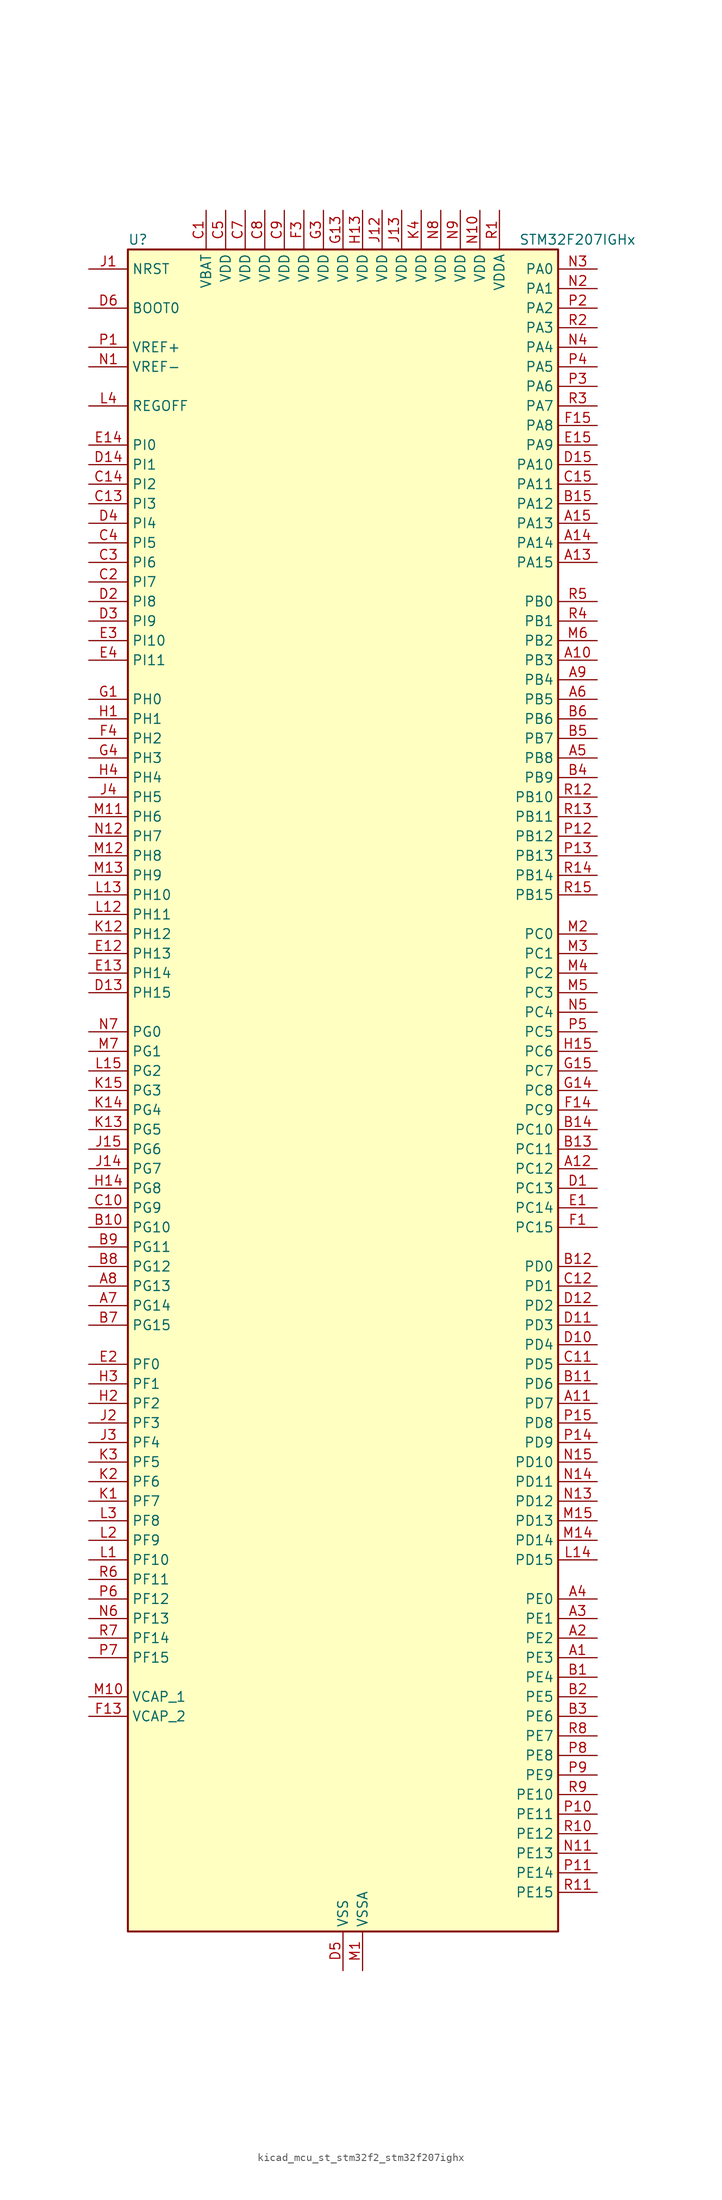
<source format=kicad_sym>
(kicad_symbol_lib
  (version 20220914)
  (generator kicad_symbol_editor)
  (symbol "kicad_mcu_st_stm32f2_stm32f207ighx"
    (property "Reference" "U"
      (at -27.94 110.49 0)
      (effects (font (size 1.27 1.27)) (justify left)))
    (property "Value" "STM32F207IGHx"
      (at 22.86 110.49 0)
      (effects (font (size 1.27 1.27)) (justify left)))
    (property "ki_locked" ""
      (at 0 0 0)
      (effects (font (size 1.27 1.27))))
    (symbol "kicad_mcu_st_stm32f2_stm32f207ighx_0_1"
      (rectangle (start -27.94 -109.22) (end 27.94 109.22) (stroke (width 0.254) (type default)) (fill (type background))))
    (symbol "kicad_mcu_st_stm32f2_stm32f207ighx_1_1"
      (pin bidirectional line (at 33.02 -73.66 180) (length 5.08) (name "PE3" (effects (font (size 1.27 1.27)))) (number "A1" (effects (font (size 1.27 1.27)))) (alternate "FSMC_A19" bidirectional line) (alternate "SYS_TRACED0" bidirectional line))
      (pin bidirectional line (at 33.02 55.88 180) (length 5.08) (name "PB3" (effects (font (size 1.27 1.27)))) (number "A10" (effects (font (size 1.27 1.27)))) (alternate "I2S3_SCK" bidirectional line) (alternate "SPI1_SCK" bidirectional line) (alternate "SPI3_SCK" bidirectional line) (alternate "SYS_JTDO-SWO" bidirectional line) (alternate "TIM2_CH2" bidirectional line))
      (pin bidirectional line (at 33.02 -40.64 180) (length 5.08) (name "PD7" (effects (font (size 1.27 1.27)))) (number "A11" (effects (font (size 1.27 1.27)))) (alternate "FSMC_NCE2" bidirectional line) (alternate "FSMC_NE1" bidirectional line) (alternate "USART2_CK" bidirectional line))
      (pin bidirectional line (at 33.02 -10.16 180) (length 5.08) (name "PC12" (effects (font (size 1.27 1.27)))) (number "A12" (effects (font (size 1.27 1.27)))) (alternate "DCMI_D9" bidirectional line) (alternate "I2S3_SD" bidirectional line) (alternate "SDIO_CK" bidirectional line) (alternate "SPI3_MOSI" bidirectional line) (alternate "UART5_TX" bidirectional line) (alternate "USART3_CK" bidirectional line))
      (pin bidirectional line (at 33.02 68.58 180) (length 5.08) (name "PA15" (effects (font (size 1.27 1.27)))) (number "A13" (effects (font (size 1.27 1.27)))) (alternate "ADC1_EXTI15" bidirectional line) (alternate "ADC2_EXTI15" bidirectional line) (alternate "ADC3_EXTI15" bidirectional line) (alternate "I2S3_WS" bidirectional line) (alternate "SPI1_NSS" bidirectional line) (alternate "SPI3_NSS" bidirectional line) (alternate "SYS_JTDI" bidirectional line) (alternate "TIM2_CH1" bidirectional line) (alternate "TIM2_ETR" bidirectional line))
      (pin bidirectional line (at 33.02 71.12 180) (length 5.08) (name "PA14" (effects (font (size 1.27 1.27)))) (number "A14" (effects (font (size 1.27 1.27)))) (alternate "SYS_JTCK-SWCLK" bidirectional line))
      (pin bidirectional line (at 33.02 73.66 180) (length 5.08) (name "PA13" (effects (font (size 1.27 1.27)))) (number "A15" (effects (font (size 1.27 1.27)))) (alternate "SYS_JTMS-SWDIO" bidirectional line))
      (pin bidirectional line (at 33.02 -71.12 180) (length 5.08) (name "PE2" (effects (font (size 1.27 1.27)))) (number "A2" (effects (font (size 1.27 1.27)))) (alternate "ETH_TXD3" bidirectional line) (alternate "FSMC_A23" bidirectional line) (alternate "SYS_TRACECLK" bidirectional line))
      (pin bidirectional line (at 33.02 -68.58 180) (length 5.08) (name "PE1" (effects (font (size 1.27 1.27)))) (number "A3" (effects (font (size 1.27 1.27)))) (alternate "DCMI_D3" bidirectional line) (alternate "FSMC_NBL1" bidirectional line))
      (pin bidirectional line (at 33.02 -66.04 180) (length 5.08) (name "PE0" (effects (font (size 1.27 1.27)))) (number "A4" (effects (font (size 1.27 1.27)))) (alternate "DCMI_D2" bidirectional line) (alternate "FSMC_NBL0" bidirectional line) (alternate "TIM4_ETR" bidirectional line))
      (pin bidirectional line (at 33.02 43.18 180) (length 5.08) (name "PB8" (effects (font (size 1.27 1.27)))) (number "A5" (effects (font (size 1.27 1.27)))) (alternate "CAN1_RX" bidirectional line) (alternate "DCMI_D6" bidirectional line) (alternate "ETH_TXD3" bidirectional line) (alternate "I2C1_SCL" bidirectional line) (alternate "SDIO_D4" bidirectional line) (alternate "TIM10_CH1" bidirectional line) (alternate "TIM4_CH3" bidirectional line))
      (pin bidirectional line (at 33.02 50.8 180) (length 5.08) (name "PB5" (effects (font (size 1.27 1.27)))) (number "A6" (effects (font (size 1.27 1.27)))) (alternate "CAN2_RX" bidirectional line) (alternate "DCMI_D10" bidirectional line) (alternate "ETH_PPS_OUT" bidirectional line) (alternate "I2C1_SMBA" bidirectional line) (alternate "I2S3_SD" bidirectional line) (alternate "SPI1_MOSI" bidirectional line) (alternate "SPI3_MOSI" bidirectional line) (alternate "TIM3_CH2" bidirectional line) (alternate "USB_OTG_HS_ULPI_D7" bidirectional line))
      (pin bidirectional line (at -33.02 -27.94 0) (length 5.08) (name "PG14" (effects (font (size 1.27 1.27)))) (number "A7" (effects (font (size 1.27 1.27)))) (alternate "ETH_TXD1" bidirectional line) (alternate "FSMC_A25" bidirectional line) (alternate "USART6_TX" bidirectional line))
      (pin bidirectional line (at -33.02 -25.4 0) (length 5.08) (name "PG13" (effects (font (size 1.27 1.27)))) (number "A8" (effects (font (size 1.27 1.27)))) (alternate "ETH_TXD0" bidirectional line) (alternate "FSMC_A24" bidirectional line) (alternate "USART6_CTS" bidirectional line))
      (pin bidirectional line (at 33.02 53.34 180) (length 5.08) (name "PB4" (effects (font (size 1.27 1.27)))) (number "A9" (effects (font (size 1.27 1.27)))) (alternate "SPI1_MISO" bidirectional line) (alternate "SPI3_MISO" bidirectional line) (alternate "SYS_JTRST" bidirectional line) (alternate "TIM3_CH1" bidirectional line))
      (pin bidirectional line (at 33.02 -76.2 180) (length 5.08) (name "PE4" (effects (font (size 1.27 1.27)))) (number "B1" (effects (font (size 1.27 1.27)))) (alternate "DCMI_D4" bidirectional line) (alternate "FSMC_A20" bidirectional line) (alternate "SYS_TRACED1" bidirectional line))
      (pin bidirectional line (at -33.02 -17.78 0) (length 5.08) (name "PG10" (effects (font (size 1.27 1.27)))) (number "B10" (effects (font (size 1.27 1.27)))) (alternate "FSMC_NCE4_1" bidirectional line) (alternate "FSMC_NE3" bidirectional line))
      (pin bidirectional line (at 33.02 -38.1 180) (length 5.08) (name "PD6" (effects (font (size 1.27 1.27)))) (number "B11" (effects (font (size 1.27 1.27)))) (alternate "FSMC_NWAIT" bidirectional line) (alternate "USART2_RX" bidirectional line))
      (pin bidirectional line (at 33.02 -22.86 180) (length 5.08) (name "PD0" (effects (font (size 1.27 1.27)))) (number "B12" (effects (font (size 1.27 1.27)))) (alternate "CAN1_RX" bidirectional line) (alternate "FSMC_D2" bidirectional line) (alternate "FSMC_DA2" bidirectional line))
      (pin bidirectional line (at 33.02 -7.62 180) (length 5.08) (name "PC11" (effects (font (size 1.27 1.27)))) (number "B13" (effects (font (size 1.27 1.27)))) (alternate "ADC1_EXTI11" bidirectional line) (alternate "ADC2_EXTI11" bidirectional line) (alternate "ADC3_EXTI11" bidirectional line) (alternate "DCMI_D4" bidirectional line) (alternate "SDIO_D3" bidirectional line) (alternate "SPI3_MISO" bidirectional line) (alternate "UART4_RX" bidirectional line) (alternate "USART3_RX" bidirectional line))
      (pin bidirectional line (at 33.02 -5.08 180) (length 5.08) (name "PC10" (effects (font (size 1.27 1.27)))) (number "B14" (effects (font (size 1.27 1.27)))) (alternate "DCMI_D8" bidirectional line) (alternate "I2S3_SCK" bidirectional line) (alternate "SDIO_D2" bidirectional line) (alternate "SPI3_SCK" bidirectional line) (alternate "UART4_TX" bidirectional line) (alternate "USART3_TX" bidirectional line))
      (pin bidirectional line (at 33.02 76.2 180) (length 5.08) (name "PA12" (effects (font (size 1.27 1.27)))) (number "B15" (effects (font (size 1.27 1.27)))) (alternate "CAN1_TX" bidirectional line) (alternate "TIM1_ETR" bidirectional line) (alternate "USART1_RTS" bidirectional line) (alternate "USB_OTG_FS_DP" bidirectional line))
      (pin bidirectional line (at 33.02 -78.74 180) (length 5.08) (name "PE5" (effects (font (size 1.27 1.27)))) (number "B2" (effects (font (size 1.27 1.27)))) (alternate "DCMI_D6" bidirectional line) (alternate "FSMC_A21" bidirectional line) (alternate "SYS_TRACED2" bidirectional line) (alternate "TIM9_CH1" bidirectional line))
      (pin bidirectional line (at 33.02 -81.28 180) (length 5.08) (name "PE6" (effects (font (size 1.27 1.27)))) (number "B3" (effects (font (size 1.27 1.27)))) (alternate "DCMI_D7" bidirectional line) (alternate "FSMC_A22" bidirectional line) (alternate "SYS_TRACED3" bidirectional line) (alternate "TIM9_CH2" bidirectional line))
      (pin bidirectional line (at 33.02 40.64 180) (length 5.08) (name "PB9" (effects (font (size 1.27 1.27)))) (number "B4" (effects (font (size 1.27 1.27)))) (alternate "CAN1_TX" bidirectional line) (alternate "DAC_EXTI9" bidirectional line) (alternate "DCMI_D7" bidirectional line) (alternate "I2C1_SDA" bidirectional line) (alternate "I2S2_WS" bidirectional line) (alternate "SDIO_D5" bidirectional line) (alternate "SPI2_NSS" bidirectional line) (alternate "TIM11_CH1" bidirectional line) (alternate "TIM4_CH4" bidirectional line))
      (pin bidirectional line (at 33.02 45.72 180) (length 5.08) (name "PB7" (effects (font (size 1.27 1.27)))) (number "B5" (effects (font (size 1.27 1.27)))) (alternate "DCMI_VSYNC" bidirectional line) (alternate "FSMC_NL" bidirectional line) (alternate "I2C1_SDA" bidirectional line) (alternate "TIM4_CH2" bidirectional line) (alternate "USART1_RX" bidirectional line))
      (pin bidirectional line (at 33.02 48.26 180) (length 5.08) (name "PB6" (effects (font (size 1.27 1.27)))) (number "B6" (effects (font (size 1.27 1.27)))) (alternate "CAN2_TX" bidirectional line) (alternate "DCMI_D5" bidirectional line) (alternate "I2C1_SCL" bidirectional line) (alternate "TIM4_CH1" bidirectional line) (alternate "USART1_TX" bidirectional line))
      (pin bidirectional line (at -33.02 -30.48 0) (length 5.08) (name "PG15" (effects (font (size 1.27 1.27)))) (number "B7" (effects (font (size 1.27 1.27)))) (alternate "ADC1_EXTI15" bidirectional line) (alternate "ADC2_EXTI15" bidirectional line) (alternate "ADC3_EXTI15" bidirectional line) (alternate "DCMI_D13" bidirectional line) (alternate "USART6_CTS" bidirectional line))
      (pin bidirectional line (at -33.02 -22.86 0) (length 5.08) (name "PG12" (effects (font (size 1.27 1.27)))) (number "B8" (effects (font (size 1.27 1.27)))) (alternate "FSMC_NE4" bidirectional line) (alternate "USART6_RTS" bidirectional line))
      (pin bidirectional line (at -33.02 -20.32 0) (length 5.08) (name "PG11" (effects (font (size 1.27 1.27)))) (number "B9" (effects (font (size 1.27 1.27)))) (alternate "ADC1_EXTI11" bidirectional line) (alternate "ADC2_EXTI11" bidirectional line) (alternate "ADC3_EXTI11" bidirectional line) (alternate "ETH_TX_EN" bidirectional line) (alternate "FSMC_NCE4_2" bidirectional line))
      (pin power_in line (at -17.78 114.3 270) (length 5.08) (name "VBAT" (effects (font (size 1.27 1.27)))) (number "C1" (effects (font (size 1.27 1.27)))))
      (pin bidirectional line (at -33.02 -15.24 0) (length 5.08) (name "PG9" (effects (font (size 1.27 1.27)))) (number "C10" (effects (font (size 1.27 1.27)))) (alternate "DAC_EXTI9" bidirectional line) (alternate "FSMC_NCE3" bidirectional line) (alternate "FSMC_NE2" bidirectional line) (alternate "USART6_RX" bidirectional line))
      (pin bidirectional line (at 33.02 -35.56 180) (length 5.08) (name "PD5" (effects (font (size 1.27 1.27)))) (number "C11" (effects (font (size 1.27 1.27)))) (alternate "FSMC_NWE" bidirectional line) (alternate "USART2_TX" bidirectional line))
      (pin bidirectional line (at 33.02 -25.4 180) (length 5.08) (name "PD1" (effects (font (size 1.27 1.27)))) (number "C12" (effects (font (size 1.27 1.27)))) (alternate "CAN1_TX" bidirectional line) (alternate "FSMC_D3" bidirectional line) (alternate "FSMC_DA3" bidirectional line))
      (pin bidirectional line (at -33.02 76.2 0) (length 5.08) (name "PI3" (effects (font (size 1.27 1.27)))) (number "C13" (effects (font (size 1.27 1.27)))) (alternate "DCMI_D10" bidirectional line) (alternate "I2S2_SD" bidirectional line) (alternate "SPI2_MOSI" bidirectional line) (alternate "TIM8_ETR" bidirectional line))
      (pin bidirectional line (at -33.02 78.74 0) (length 5.08) (name "PI2" (effects (font (size 1.27 1.27)))) (number "C14" (effects (font (size 1.27 1.27)))) (alternate "DCMI_D9" bidirectional line) (alternate "SPI2_MISO" bidirectional line) (alternate "TIM8_CH4" bidirectional line))
      (pin bidirectional line (at 33.02 78.74 180) (length 5.08) (name "PA11" (effects (font (size 1.27 1.27)))) (number "C15" (effects (font (size 1.27 1.27)))) (alternate "ADC1_EXTI11" bidirectional line) (alternate "ADC2_EXTI11" bidirectional line) (alternate "ADC3_EXTI11" bidirectional line) (alternate "CAN1_RX" bidirectional line) (alternate "TIM1_CH4" bidirectional line) (alternate "USART1_CTS" bidirectional line) (alternate "USB_OTG_FS_DM" bidirectional line))
      (pin bidirectional line (at -33.02 66.04 0) (length 5.08) (name "PI7" (effects (font (size 1.27 1.27)))) (number "C2" (effects (font (size 1.27 1.27)))) (alternate "DCMI_D7" bidirectional line) (alternate "TIM8_CH3" bidirectional line))
      (pin bidirectional line (at -33.02 68.58 0) (length 5.08) (name "PI6" (effects (font (size 1.27 1.27)))) (number "C3" (effects (font (size 1.27 1.27)))) (alternate "DCMI_D6" bidirectional line) (alternate "TIM8_CH2" bidirectional line))
      (pin bidirectional line (at -33.02 71.12 0) (length 5.08) (name "PI5" (effects (font (size 1.27 1.27)))) (number "C4" (effects (font (size 1.27 1.27)))) (alternate "DCMI_VSYNC" bidirectional line) (alternate "TIM8_CH1" bidirectional line))
      (pin power_in line (at -15.24 114.3 270) (length 5.08) (name "VDD" (effects (font (size 1.27 1.27)))) (number "C5" (effects (font (size 1.27 1.27)))))
      (pin no_connect line (at -27.94 -109.22 0) (length 5.08) hide (name "RFU" (effects (font (size 1.27 1.27)))) (number "C6" (effects (font (size 1.27 1.27)))))
      (pin power_in line (at -12.7 114.3 270) (length 5.08) (name "VDD" (effects (font (size 1.27 1.27)))) (number "C7" (effects (font (size 1.27 1.27)))))
      (pin power_in line (at -10.16 114.3 270) (length 5.08) (name "VDD" (effects (font (size 1.27 1.27)))) (number "C8" (effects (font (size 1.27 1.27)))))
      (pin power_in line (at -7.62 114.3 270) (length 5.08) (name "VDD" (effects (font (size 1.27 1.27)))) (number "C9" (effects (font (size 1.27 1.27)))))
      (pin bidirectional line (at 33.02 -12.7 180) (length 5.08) (name "PC13" (effects (font (size 1.27 1.27)))) (number "D1" (effects (font (size 1.27 1.27)))) (alternate "RTC_AF1" bidirectional line))
      (pin bidirectional line (at 33.02 -33.02 180) (length 5.08) (name "PD4" (effects (font (size 1.27 1.27)))) (number "D10" (effects (font (size 1.27 1.27)))) (alternate "FSMC_NOE" bidirectional line) (alternate "USART2_RTS" bidirectional line))
      (pin bidirectional line (at 33.02 -30.48 180) (length 5.08) (name "PD3" (effects (font (size 1.27 1.27)))) (number "D11" (effects (font (size 1.27 1.27)))) (alternate "FSMC_CLK" bidirectional line) (alternate "USART2_CTS" bidirectional line))
      (pin bidirectional line (at 33.02 -27.94 180) (length 5.08) (name "PD2" (effects (font (size 1.27 1.27)))) (number "D12" (effects (font (size 1.27 1.27)))) (alternate "DCMI_D11" bidirectional line) (alternate "SDIO_CMD" bidirectional line) (alternate "TIM3_ETR" bidirectional line) (alternate "UART5_RX" bidirectional line))
      (pin bidirectional line (at -33.02 12.7 0) (length 5.08) (name "PH15" (effects (font (size 1.27 1.27)))) (number "D13" (effects (font (size 1.27 1.27)))) (alternate "ADC1_EXTI15" bidirectional line) (alternate "ADC2_EXTI15" bidirectional line) (alternate "ADC3_EXTI15" bidirectional line) (alternate "DCMI_D11" bidirectional line) (alternate "TIM8_CH3N" bidirectional line))
      (pin bidirectional line (at -33.02 81.28 0) (length 5.08) (name "PI1" (effects (font (size 1.27 1.27)))) (number "D14" (effects (font (size 1.27 1.27)))) (alternate "DCMI_D8" bidirectional line) (alternate "I2S2_SCK" bidirectional line) (alternate "SPI2_SCK" bidirectional line))
      (pin bidirectional line (at 33.02 81.28 180) (length 5.08) (name "PA10" (effects (font (size 1.27 1.27)))) (number "D15" (effects (font (size 1.27 1.27)))) (alternate "DCMI_D1" bidirectional line) (alternate "TIM1_CH3" bidirectional line) (alternate "USART1_RX" bidirectional line) (alternate "USB_OTG_FS_ID" bidirectional line))
      (pin bidirectional line (at -33.02 63.5 0) (length 5.08) (name "PI8" (effects (font (size 1.27 1.27)))) (number "D2" (effects (font (size 1.27 1.27)))) (alternate "RTC_AF2" bidirectional line))
      (pin bidirectional line (at -33.02 60.96 0) (length 5.08) (name "PI9" (effects (font (size 1.27 1.27)))) (number "D3" (effects (font (size 1.27 1.27)))) (alternate "CAN1_RX" bidirectional line) (alternate "DAC_EXTI9" bidirectional line))
      (pin bidirectional line (at -33.02 73.66 0) (length 5.08) (name "PI4" (effects (font (size 1.27 1.27)))) (number "D4" (effects (font (size 1.27 1.27)))) (alternate "DCMI_D5" bidirectional line) (alternate "TIM8_BKIN" bidirectional line))
      (pin power_in line (at 0 -114.3 90) (length 5.08) (name "VSS" (effects (font (size 1.27 1.27)))) (number "D5" (effects (font (size 1.27 1.27)))))
      (pin input line (at -33.02 101.6 0) (length 5.08) (name "BOOT0" (effects (font (size 1.27 1.27)))) (number "D6" (effects (font (size 1.27 1.27)))))
      (pin passive line (at 0 -114.3 90) (length 5.08) hide (name "VSS" (effects (font (size 1.27 1.27)))) (number "D7" (effects (font (size 1.27 1.27)))))
      (pin passive line (at 0 -114.3 90) (length 5.08) hide (name "VSS" (effects (font (size 1.27 1.27)))) (number "D8" (effects (font (size 1.27 1.27)))))
      (pin passive line (at 0 -114.3 90) (length 5.08) hide (name "VSS" (effects (font (size 1.27 1.27)))) (number "D9" (effects (font (size 1.27 1.27)))))
      (pin bidirectional line (at 33.02 -15.24 180) (length 5.08) (name "PC14" (effects (font (size 1.27 1.27)))) (number "E1" (effects (font (size 1.27 1.27)))) (alternate "RCC_OSC32_IN" bidirectional line))
      (pin bidirectional line (at -33.02 17.78 0) (length 5.08) (name "PH13" (effects (font (size 1.27 1.27)))) (number "E12" (effects (font (size 1.27 1.27)))) (alternate "CAN1_TX" bidirectional line) (alternate "TIM8_CH1N" bidirectional line))
      (pin bidirectional line (at -33.02 15.24 0) (length 5.08) (name "PH14" (effects (font (size 1.27 1.27)))) (number "E13" (effects (font (size 1.27 1.27)))) (alternate "DCMI_D4" bidirectional line) (alternate "TIM8_CH2N" bidirectional line))
      (pin bidirectional line (at -33.02 83.82 0) (length 5.08) (name "PI0" (effects (font (size 1.27 1.27)))) (number "E14" (effects (font (size 1.27 1.27)))) (alternate "DCMI_D13" bidirectional line) (alternate "I2S2_WS" bidirectional line) (alternate "SPI2_NSS" bidirectional line) (alternate "TIM5_CH4" bidirectional line))
      (pin bidirectional line (at 33.02 83.82 180) (length 5.08) (name "PA9" (effects (font (size 1.27 1.27)))) (number "E15" (effects (font (size 1.27 1.27)))) (alternate "DAC_EXTI9" bidirectional line) (alternate "DCMI_D0" bidirectional line) (alternate "I2C3_SMBA" bidirectional line) (alternate "TIM1_CH2" bidirectional line) (alternate "USART1_TX" bidirectional line) (alternate "USB_OTG_FS_VBUS" bidirectional line))
      (pin bidirectional line (at -33.02 -35.56 0) (length 5.08) (name "PF0" (effects (font (size 1.27 1.27)))) (number "E2" (effects (font (size 1.27 1.27)))) (alternate "FSMC_A0" bidirectional line) (alternate "I2C2_SDA" bidirectional line))
      (pin bidirectional line (at -33.02 58.42 0) (length 5.08) (name "PI10" (effects (font (size 1.27 1.27)))) (number "E3" (effects (font (size 1.27 1.27)))) (alternate "ETH_RX_ER" bidirectional line))
      (pin bidirectional line (at -33.02 55.88 0) (length 5.08) (name "PI11" (effects (font (size 1.27 1.27)))) (number "E4" (effects (font (size 1.27 1.27)))) (alternate "ADC1_EXTI11" bidirectional line) (alternate "ADC2_EXTI11" bidirectional line) (alternate "ADC3_EXTI11" bidirectional line) (alternate "USB_OTG_HS_ULPI_DIR" bidirectional line))
      (pin bidirectional line (at 33.02 -17.78 180) (length 5.08) (name "PC15" (effects (font (size 1.27 1.27)))) (number "F1" (effects (font (size 1.27 1.27)))) (alternate "ADC1_EXTI15" bidirectional line) (alternate "ADC2_EXTI15" bidirectional line) (alternate "ADC3_EXTI15" bidirectional line) (alternate "RCC_OSC32_OUT" bidirectional line))
      (pin passive line (at 0 -114.3 90) (length 5.08) hide (name "VSS" (effects (font (size 1.27 1.27)))) (number "F10" (effects (font (size 1.27 1.27)))))
      (pin passive line (at 0 -114.3 90) (length 5.08) hide (name "VSS" (effects (font (size 1.27 1.27)))) (number "F12" (effects (font (size 1.27 1.27)))))
      (pin power_out line (at -33.02 -81.28 0) (length 5.08) (name "VCAP_2" (effects (font (size 1.27 1.27)))) (number "F13" (effects (font (size 1.27 1.27)))))
      (pin bidirectional line (at 33.02 -2.54 180) (length 5.08) (name "PC9" (effects (font (size 1.27 1.27)))) (number "F14" (effects (font (size 1.27 1.27)))) (alternate "DAC_EXTI9" bidirectional line) (alternate "DCMI_D3" bidirectional line) (alternate "I2C3_SDA" bidirectional line) (alternate "I2S_CKIN" bidirectional line) (alternate "RCC_MCO_2" bidirectional line) (alternate "SDIO_D1" bidirectional line) (alternate "TIM3_CH4" bidirectional line) (alternate "TIM8_CH4" bidirectional line))
      (pin bidirectional line (at 33.02 86.36 180) (length 5.08) (name "PA8" (effects (font (size 1.27 1.27)))) (number "F15" (effects (font (size 1.27 1.27)))) (alternate "I2C3_SCL" bidirectional line) (alternate "RCC_MCO_1" bidirectional line) (alternate "TIM1_CH1" bidirectional line) (alternate "USART1_CK" bidirectional line) (alternate "USB_OTG_FS_SOF" bidirectional line))
      (pin passive line (at 0 -114.3 90) (length 5.08) hide (name "VSS" (effects (font (size 1.27 1.27)))) (number "F2" (effects (font (size 1.27 1.27)))))
      (pin power_in line (at -5.08 114.3 270) (length 5.08) (name "VDD" (effects (font (size 1.27 1.27)))) (number "F3" (effects (font (size 1.27 1.27)))))
      (pin bidirectional line (at -33.02 45.72 0) (length 5.08) (name "PH2" (effects (font (size 1.27 1.27)))) (number "F4" (effects (font (size 1.27 1.27)))) (alternate "ETH_CRS" bidirectional line))
      (pin passive line (at 0 -114.3 90) (length 5.08) hide (name "VSS" (effects (font (size 1.27 1.27)))) (number "F6" (effects (font (size 1.27 1.27)))))
      (pin passive line (at 0 -114.3 90) (length 5.08) hide (name "VSS" (effects (font (size 1.27 1.27)))) (number "F7" (effects (font (size 1.27 1.27)))))
      (pin passive line (at 0 -114.3 90) (length 5.08) hide (name "VSS" (effects (font (size 1.27 1.27)))) (number "F8" (effects (font (size 1.27 1.27)))))
      (pin passive line (at 0 -114.3 90) (length 5.08) hide (name "VSS" (effects (font (size 1.27 1.27)))) (number "F9" (effects (font (size 1.27 1.27)))))
      (pin bidirectional line (at -33.02 50.8 0) (length 5.08) (name "PH0" (effects (font (size 1.27 1.27)))) (number "G1" (effects (font (size 1.27 1.27)))) (alternate "RCC_OSC_IN" bidirectional line))
      (pin passive line (at 0 -114.3 90) (length 5.08) hide (name "VSS" (effects (font (size 1.27 1.27)))) (number "G10" (effects (font (size 1.27 1.27)))))
      (pin passive line (at 0 -114.3 90) (length 5.08) hide (name "VSS" (effects (font (size 1.27 1.27)))) (number "G12" (effects (font (size 1.27 1.27)))))
      (pin power_in line (at 0 114.3 270) (length 5.08) (name "VDD" (effects (font (size 1.27 1.27)))) (number "G13" (effects (font (size 1.27 1.27)))))
      (pin bidirectional line (at 33.02 0 180) (length 5.08) (name "PC8" (effects (font (size 1.27 1.27)))) (number "G14" (effects (font (size 1.27 1.27)))) (alternate "DCMI_D2" bidirectional line) (alternate "SDIO_D0" bidirectional line) (alternate "TIM3_CH3" bidirectional line) (alternate "TIM8_CH3" bidirectional line) (alternate "USART6_CK" bidirectional line))
      (pin bidirectional line (at 33.02 2.54 180) (length 5.08) (name "PC7" (effects (font (size 1.27 1.27)))) (number "G15" (effects (font (size 1.27 1.27)))) (alternate "DCMI_D1" bidirectional line) (alternate "I2S3_MCK" bidirectional line) (alternate "SDIO_D7" bidirectional line) (alternate "TIM3_CH2" bidirectional line) (alternate "TIM8_CH2" bidirectional line) (alternate "USART6_RX" bidirectional line))
      (pin passive line (at 0 -114.3 90) (length 5.08) hide (name "VSS" (effects (font (size 1.27 1.27)))) (number "G2" (effects (font (size 1.27 1.27)))))
      (pin power_in line (at -2.54 114.3 270) (length 5.08) (name "VDD" (effects (font (size 1.27 1.27)))) (number "G3" (effects (font (size 1.27 1.27)))))
      (pin bidirectional line (at -33.02 43.18 0) (length 5.08) (name "PH3" (effects (font (size 1.27 1.27)))) (number "G4" (effects (font (size 1.27 1.27)))) (alternate "ETH_COL" bidirectional line))
      (pin passive line (at 0 -114.3 90) (length 5.08) hide (name "VSS" (effects (font (size 1.27 1.27)))) (number "G6" (effects (font (size 1.27 1.27)))))
      (pin passive line (at 0 -114.3 90) (length 5.08) hide (name "VSS" (effects (font (size 1.27 1.27)))) (number "G7" (effects (font (size 1.27 1.27)))))
      (pin passive line (at 0 -114.3 90) (length 5.08) hide (name "VSS" (effects (font (size 1.27 1.27)))) (number "G8" (effects (font (size 1.27 1.27)))))
      (pin passive line (at 0 -114.3 90) (length 5.08) hide (name "VSS" (effects (font (size 1.27 1.27)))) (number "G9" (effects (font (size 1.27 1.27)))))
      (pin bidirectional line (at -33.02 48.26 0) (length 5.08) (name "PH1" (effects (font (size 1.27 1.27)))) (number "H1" (effects (font (size 1.27 1.27)))) (alternate "RCC_OSC_OUT" bidirectional line))
      (pin passive line (at 0 -114.3 90) (length 5.08) hide (name "VSS" (effects (font (size 1.27 1.27)))) (number "H10" (effects (font (size 1.27 1.27)))))
      (pin passive line (at 0 -114.3 90) (length 5.08) hide (name "VSS" (effects (font (size 1.27 1.27)))) (number "H12" (effects (font (size 1.27 1.27)))))
      (pin power_in line (at 2.54 114.3 270) (length 5.08) (name "VDD" (effects (font (size 1.27 1.27)))) (number "H13" (effects (font (size 1.27 1.27)))))
      (pin bidirectional line (at -33.02 -12.7 0) (length 5.08) (name "PG8" (effects (font (size 1.27 1.27)))) (number "H14" (effects (font (size 1.27 1.27)))) (alternate "ETH_PPS_OUT" bidirectional line) (alternate "USART6_RTS" bidirectional line))
      (pin bidirectional line (at 33.02 5.08 180) (length 5.08) (name "PC6" (effects (font (size 1.27 1.27)))) (number "H15" (effects (font (size 1.27 1.27)))) (alternate "DCMI_D0" bidirectional line) (alternate "I2S2_MCK" bidirectional line) (alternate "SDIO_D6" bidirectional line) (alternate "TIM3_CH1" bidirectional line) (alternate "TIM8_CH1" bidirectional line) (alternate "USART6_TX" bidirectional line))
      (pin bidirectional line (at -33.02 -40.64 0) (length 5.08) (name "PF2" (effects (font (size 1.27 1.27)))) (number "H2" (effects (font (size 1.27 1.27)))) (alternate "FSMC_A2" bidirectional line) (alternate "I2C2_SMBA" bidirectional line))
      (pin bidirectional line (at -33.02 -38.1 0) (length 5.08) (name "PF1" (effects (font (size 1.27 1.27)))) (number "H3" (effects (font (size 1.27 1.27)))) (alternate "FSMC_A1" bidirectional line) (alternate "I2C2_SCL" bidirectional line))
      (pin bidirectional line (at -33.02 40.64 0) (length 5.08) (name "PH4" (effects (font (size 1.27 1.27)))) (number "H4" (effects (font (size 1.27 1.27)))) (alternate "I2C2_SCL" bidirectional line) (alternate "USB_OTG_HS_ULPI_NXT" bidirectional line))
      (pin passive line (at 0 -114.3 90) (length 5.08) hide (name "VSS" (effects (font (size 1.27 1.27)))) (number "H6" (effects (font (size 1.27 1.27)))))
      (pin passive line (at 0 -114.3 90) (length 5.08) hide (name "VSS" (effects (font (size 1.27 1.27)))) (number "H7" (effects (font (size 1.27 1.27)))))
      (pin passive line (at 0 -114.3 90) (length 5.08) hide (name "VSS" (effects (font (size 1.27 1.27)))) (number "H8" (effects (font (size 1.27 1.27)))))
      (pin passive line (at 0 -114.3 90) (length 5.08) hide (name "VSS" (effects (font (size 1.27 1.27)))) (number "H9" (effects (font (size 1.27 1.27)))))
      (pin input line (at -33.02 106.68 0) (length 5.08) (name "NRST" (effects (font (size 1.27 1.27)))) (number "J1" (effects (font (size 1.27 1.27)))))
      (pin passive line (at 0 -114.3 90) (length 5.08) hide (name "VSS" (effects (font (size 1.27 1.27)))) (number "J10" (effects (font (size 1.27 1.27)))))
      (pin power_in line (at 5.08 114.3 270) (length 5.08) (name "VDD" (effects (font (size 1.27 1.27)))) (number "J12" (effects (font (size 1.27 1.27)))))
      (pin power_in line (at 7.62 114.3 270) (length 5.08) (name "VDD" (effects (font (size 1.27 1.27)))) (number "J13" (effects (font (size 1.27 1.27)))))
      (pin bidirectional line (at -33.02 -10.16 0) (length 5.08) (name "PG7" (effects (font (size 1.27 1.27)))) (number "J14" (effects (font (size 1.27 1.27)))) (alternate "FSMC_INT3" bidirectional line) (alternate "USART6_CK" bidirectional line))
      (pin bidirectional line (at -33.02 -7.62 0) (length 5.08) (name "PG6" (effects (font (size 1.27 1.27)))) (number "J15" (effects (font (size 1.27 1.27)))) (alternate "FSMC_INT2" bidirectional line))
      (pin bidirectional line (at -33.02 -43.18 0) (length 5.08) (name "PF3" (effects (font (size 1.27 1.27)))) (number "J2" (effects (font (size 1.27 1.27)))) (alternate "ADC3_IN9" bidirectional line) (alternate "FSMC_A3" bidirectional line))
      (pin bidirectional line (at -33.02 -45.72 0) (length 5.08) (name "PF4" (effects (font (size 1.27 1.27)))) (number "J3" (effects (font (size 1.27 1.27)))) (alternate "ADC3_IN14" bidirectional line) (alternate "FSMC_A4" bidirectional line))
      (pin bidirectional line (at -33.02 38.1 0) (length 5.08) (name "PH5" (effects (font (size 1.27 1.27)))) (number "J4" (effects (font (size 1.27 1.27)))) (alternate "I2C2_SDA" bidirectional line))
      (pin passive line (at 0 -114.3 90) (length 5.08) hide (name "VSS" (effects (font (size 1.27 1.27)))) (number "J6" (effects (font (size 1.27 1.27)))))
      (pin passive line (at 0 -114.3 90) (length 5.08) hide (name "VSS" (effects (font (size 1.27 1.27)))) (number "J7" (effects (font (size 1.27 1.27)))))
      (pin passive line (at 0 -114.3 90) (length 5.08) hide (name "VSS" (effects (font (size 1.27 1.27)))) (number "J8" (effects (font (size 1.27 1.27)))))
      (pin passive line (at 0 -114.3 90) (length 5.08) hide (name "VSS" (effects (font (size 1.27 1.27)))) (number "J9" (effects (font (size 1.27 1.27)))))
      (pin bidirectional line (at -33.02 -53.34 0) (length 5.08) (name "PF7" (effects (font (size 1.27 1.27)))) (number "K1" (effects (font (size 1.27 1.27)))) (alternate "ADC3_IN5" bidirectional line) (alternate "FSMC_NREG" bidirectional line) (alternate "TIM11_CH1" bidirectional line))
      (pin passive line (at 0 -114.3 90) (length 5.08) hide (name "VSS" (effects (font (size 1.27 1.27)))) (number "K10" (effects (font (size 1.27 1.27)))))
      (pin bidirectional line (at -33.02 20.32 0) (length 5.08) (name "PH12" (effects (font (size 1.27 1.27)))) (number "K12" (effects (font (size 1.27 1.27)))) (alternate "DCMI_D3" bidirectional line) (alternate "TIM5_CH3" bidirectional line))
      (pin bidirectional line (at -33.02 -5.08 0) (length 5.08) (name "PG5" (effects (font (size 1.27 1.27)))) (number "K13" (effects (font (size 1.27 1.27)))) (alternate "FSMC_A15" bidirectional line))
      (pin bidirectional line (at -33.02 -2.54 0) (length 5.08) (name "PG4" (effects (font (size 1.27 1.27)))) (number "K14" (effects (font (size 1.27 1.27)))) (alternate "FSMC_A14" bidirectional line))
      (pin bidirectional line (at -33.02 0 0) (length 5.08) (name "PG3" (effects (font (size 1.27 1.27)))) (number "K15" (effects (font (size 1.27 1.27)))) (alternate "FSMC_A13" bidirectional line))
      (pin bidirectional line (at -33.02 -50.8 0) (length 5.08) (name "PF6" (effects (font (size 1.27 1.27)))) (number "K2" (effects (font (size 1.27 1.27)))) (alternate "ADC3_IN4" bidirectional line) (alternate "FSMC_NIORD" bidirectional line) (alternate "TIM10_CH1" bidirectional line))
      (pin bidirectional line (at -33.02 -48.26 0) (length 5.08) (name "PF5" (effects (font (size 1.27 1.27)))) (number "K3" (effects (font (size 1.27 1.27)))) (alternate "ADC3_IN15" bidirectional line) (alternate "FSMC_A5" bidirectional line))
      (pin power_in line (at 10.16 114.3 270) (length 5.08) (name "VDD" (effects (font (size 1.27 1.27)))) (number "K4" (effects (font (size 1.27 1.27)))))
      (pin passive line (at 0 -114.3 90) (length 5.08) hide (name "VSS" (effects (font (size 1.27 1.27)))) (number "K6" (effects (font (size 1.27 1.27)))))
      (pin passive line (at 0 -114.3 90) (length 5.08) hide (name "VSS" (effects (font (size 1.27 1.27)))) (number "K7" (effects (font (size 1.27 1.27)))))
      (pin passive line (at 0 -114.3 90) (length 5.08) hide (name "VSS" (effects (font (size 1.27 1.27)))) (number "K8" (effects (font (size 1.27 1.27)))))
      (pin passive line (at 0 -114.3 90) (length 5.08) hide (name "VSS" (effects (font (size 1.27 1.27)))) (number "K9" (effects (font (size 1.27 1.27)))))
      (pin bidirectional line (at -33.02 -60.96 0) (length 5.08) (name "PF10" (effects (font (size 1.27 1.27)))) (number "L1" (effects (font (size 1.27 1.27)))) (alternate "ADC3_IN8" bidirectional line) (alternate "FSMC_INTR" bidirectional line))
      (pin bidirectional line (at -33.02 22.86 0) (length 5.08) (name "PH11" (effects (font (size 1.27 1.27)))) (number "L12" (effects (font (size 1.27 1.27)))) (alternate "ADC1_EXTI11" bidirectional line) (alternate "ADC2_EXTI11" bidirectional line) (alternate "ADC3_EXTI11" bidirectional line) (alternate "DCMI_D2" bidirectional line) (alternate "TIM5_CH2" bidirectional line))
      (pin bidirectional line (at -33.02 25.4 0) (length 5.08) (name "PH10" (effects (font (size 1.27 1.27)))) (number "L13" (effects (font (size 1.27 1.27)))) (alternate "DCMI_D1" bidirectional line) (alternate "TIM5_CH1" bidirectional line))
      (pin bidirectional line (at 33.02 -60.96 180) (length 5.08) (name "PD15" (effects (font (size 1.27 1.27)))) (number "L14" (effects (font (size 1.27 1.27)))) (alternate "ADC1_EXTI15" bidirectional line) (alternate "ADC2_EXTI15" bidirectional line) (alternate "ADC3_EXTI15" bidirectional line) (alternate "FSMC_D1" bidirectional line) (alternate "FSMC_DA1" bidirectional line) (alternate "TIM4_CH4" bidirectional line))
      (pin bidirectional line (at -33.02 2.54 0) (length 5.08) (name "PG2" (effects (font (size 1.27 1.27)))) (number "L15" (effects (font (size 1.27 1.27)))) (alternate "FSMC_A12" bidirectional line))
      (pin bidirectional line (at -33.02 -58.42 0) (length 5.08) (name "PF9" (effects (font (size 1.27 1.27)))) (number "L2" (effects (font (size 1.27 1.27)))) (alternate "ADC3_IN7" bidirectional line) (alternate "DAC_EXTI9" bidirectional line) (alternate "FSMC_CD" bidirectional line) (alternate "TIM14_CH1" bidirectional line))
      (pin bidirectional line (at -33.02 -55.88 0) (length 5.08) (name "PF8" (effects (font (size 1.27 1.27)))) (number "L3" (effects (font (size 1.27 1.27)))) (alternate "ADC3_IN6" bidirectional line) (alternate "FSMC_NIOWR" bidirectional line) (alternate "TIM13_CH1" bidirectional line))
      (pin input line (at -33.02 88.9 0) (length 5.08) (name "REGOFF" (effects (font (size 1.27 1.27)))) (number "L4" (effects (font (size 1.27 1.27)))))
      (pin power_in line (at 2.54 -114.3 90) (length 5.08) (name "VSSA" (effects (font (size 1.27 1.27)))) (number "M1" (effects (font (size 1.27 1.27)))))
      (pin power_out line (at -33.02 -78.74 0) (length 5.08) (name "VCAP_1" (effects (font (size 1.27 1.27)))) (number "M10" (effects (font (size 1.27 1.27)))))
      (pin bidirectional line (at -33.02 35.56 0) (length 5.08) (name "PH6" (effects (font (size 1.27 1.27)))) (number "M11" (effects (font (size 1.27 1.27)))) (alternate "ETH_RXD2" bidirectional line) (alternate "I2C2_SMBA" bidirectional line) (alternate "TIM12_CH1" bidirectional line))
      (pin bidirectional line (at -33.02 30.48 0) (length 5.08) (name "PH8" (effects (font (size 1.27 1.27)))) (number "M12" (effects (font (size 1.27 1.27)))) (alternate "DCMI_HSYNC" bidirectional line) (alternate "I2C3_SDA" bidirectional line))
      (pin bidirectional line (at -33.02 27.94 0) (length 5.08) (name "PH9" (effects (font (size 1.27 1.27)))) (number "M13" (effects (font (size 1.27 1.27)))) (alternate "DAC_EXTI9" bidirectional line) (alternate "DCMI_D0" bidirectional line) (alternate "I2C3_SMBA" bidirectional line) (alternate "TIM12_CH2" bidirectional line))
      (pin bidirectional line (at 33.02 -58.42 180) (length 5.08) (name "PD14" (effects (font (size 1.27 1.27)))) (number "M14" (effects (font (size 1.27 1.27)))) (alternate "FSMC_D0" bidirectional line) (alternate "FSMC_DA0" bidirectional line) (alternate "TIM4_CH3" bidirectional line))
      (pin bidirectional line (at 33.02 -55.88 180) (length 5.08) (name "PD13" (effects (font (size 1.27 1.27)))) (number "M15" (effects (font (size 1.27 1.27)))) (alternate "FSMC_A18" bidirectional line) (alternate "TIM4_CH2" bidirectional line))
      (pin bidirectional line (at 33.02 20.32 180) (length 5.08) (name "PC0" (effects (font (size 1.27 1.27)))) (number "M2" (effects (font (size 1.27 1.27)))) (alternate "ADC1_IN10" bidirectional line) (alternate "ADC2_IN10" bidirectional line) (alternate "ADC3_IN10" bidirectional line) (alternate "USB_OTG_HS_ULPI_STP" bidirectional line))
      (pin bidirectional line (at 33.02 17.78 180) (length 5.08) (name "PC1" (effects (font (size 1.27 1.27)))) (number "M3" (effects (font (size 1.27 1.27)))) (alternate "ADC1_IN11" bidirectional line) (alternate "ADC2_IN11" bidirectional line) (alternate "ADC3_IN11" bidirectional line) (alternate "ETH_MDC" bidirectional line))
      (pin bidirectional line (at 33.02 15.24 180) (length 5.08) (name "PC2" (effects (font (size 1.27 1.27)))) (number "M4" (effects (font (size 1.27 1.27)))) (alternate "ADC1_IN12" bidirectional line) (alternate "ADC2_IN12" bidirectional line) (alternate "ADC3_IN12" bidirectional line) (alternate "ETH_TXD2" bidirectional line) (alternate "SPI2_MISO" bidirectional line) (alternate "USB_OTG_HS_ULPI_DIR" bidirectional line))
      (pin bidirectional line (at 33.02 12.7 180) (length 5.08) (name "PC3" (effects (font (size 1.27 1.27)))) (number "M5" (effects (font (size 1.27 1.27)))) (alternate "ADC1_IN13" bidirectional line) (alternate "ADC2_IN13" bidirectional line) (alternate "ADC3_IN13" bidirectional line) (alternate "ETH_TX_CLK" bidirectional line) (alternate "I2S2_SD" bidirectional line) (alternate "SPI2_MOSI" bidirectional line) (alternate "USB_OTG_HS_ULPI_NXT" bidirectional line))
      (pin bidirectional line (at 33.02 58.42 180) (length 5.08) (name "PB2" (effects (font (size 1.27 1.27)))) (number "M6" (effects (font (size 1.27 1.27)))))
      (pin bidirectional line (at -33.02 5.08 0) (length 5.08) (name "PG1" (effects (font (size 1.27 1.27)))) (number "M7" (effects (font (size 1.27 1.27)))) (alternate "FSMC_A11" bidirectional line))
      (pin passive line (at 0 -114.3 90) (length 5.08) hide (name "VSS" (effects (font (size 1.27 1.27)))) (number "M8" (effects (font (size 1.27 1.27)))))
      (pin passive line (at 0 -114.3 90) (length 5.08) hide (name "VSS" (effects (font (size 1.27 1.27)))) (number "M9" (effects (font (size 1.27 1.27)))))
      (pin input line (at -33.02 93.98 0) (length 5.08) (name "VREF-" (effects (font (size 1.27 1.27)))) (number "N1" (effects (font (size 1.27 1.27)))))
      (pin power_in line (at 17.78 114.3 270) (length 5.08) (name "VDD" (effects (font (size 1.27 1.27)))) (number "N10" (effects (font (size 1.27 1.27)))))
      (pin bidirectional line (at 33.02 -99.06 180) (length 5.08) (name "PE13" (effects (font (size 1.27 1.27)))) (number "N11" (effects (font (size 1.27 1.27)))) (alternate "FSMC_D10" bidirectional line) (alternate "FSMC_DA10" bidirectional line) (alternate "TIM1_CH3" bidirectional line))
      (pin bidirectional line (at -33.02 33.02 0) (length 5.08) (name "PH7" (effects (font (size 1.27 1.27)))) (number "N12" (effects (font (size 1.27 1.27)))) (alternate "ETH_RXD3" bidirectional line) (alternate "I2C3_SCL" bidirectional line))
      (pin bidirectional line (at 33.02 -53.34 180) (length 5.08) (name "PD12" (effects (font (size 1.27 1.27)))) (number "N13" (effects (font (size 1.27 1.27)))) (alternate "FSMC_A17" bidirectional line) (alternate "FSMC_ALE" bidirectional line) (alternate "TIM4_CH1" bidirectional line) (alternate "USART3_RTS" bidirectional line))
      (pin bidirectional line (at 33.02 -50.8 180) (length 5.08) (name "PD11" (effects (font (size 1.27 1.27)))) (number "N14" (effects (font (size 1.27 1.27)))) (alternate "ADC1_EXTI11" bidirectional line) (alternate "ADC2_EXTI11" bidirectional line) (alternate "ADC3_EXTI11" bidirectional line) (alternate "FSMC_A16" bidirectional line) (alternate "FSMC_CLE" bidirectional line) (alternate "USART3_CTS" bidirectional line))
      (pin bidirectional line (at 33.02 -48.26 180) (length 5.08) (name "PD10" (effects (font (size 1.27 1.27)))) (number "N15" (effects (font (size 1.27 1.27)))) (alternate "FSMC_D15" bidirectional line) (alternate "FSMC_DA15" bidirectional line) (alternate "USART3_CK" bidirectional line))
      (pin bidirectional line (at 33.02 104.14 180) (length 5.08) (name "PA1" (effects (font (size 1.27 1.27)))) (number "N2" (effects (font (size 1.27 1.27)))) (alternate "ADC1_IN1" bidirectional line) (alternate "ADC2_IN1" bidirectional line) (alternate "ADC3_IN1" bidirectional line) (alternate "ETH_REF_CLK" bidirectional line) (alternate "ETH_RX_CLK" bidirectional line) (alternate "TIM2_CH2" bidirectional line) (alternate "TIM5_CH2" bidirectional line) (alternate "UART4_RX" bidirectional line) (alternate "USART2_RTS" bidirectional line))
      (pin bidirectional line (at 33.02 106.68 180) (length 5.08) (name "PA0" (effects (font (size 1.27 1.27)))) (number "N3" (effects (font (size 1.27 1.27)))) (alternate "ADC1_IN0" bidirectional line) (alternate "ADC2_IN0" bidirectional line) (alternate "ADC3_IN0" bidirectional line) (alternate "ETH_CRS" bidirectional line) (alternate "SYS_WKUP" bidirectional line) (alternate "TIM2_CH1" bidirectional line) (alternate "TIM2_ETR" bidirectional line) (alternate "TIM5_CH1" bidirectional line) (alternate "TIM8_ETR" bidirectional line) (alternate "UART4_TX" bidirectional line) (alternate "USART2_CTS" bidirectional line))
      (pin bidirectional line (at 33.02 96.52 180) (length 5.08) (name "PA4" (effects (font (size 1.27 1.27)))) (number "N4" (effects (font (size 1.27 1.27)))) (alternate "ADC1_IN4" bidirectional line) (alternate "ADC2_IN4" bidirectional line) (alternate "DAC_OUT1" bidirectional line) (alternate "DCMI_HSYNC" bidirectional line) (alternate "I2S3_WS" bidirectional line) (alternate "SPI1_NSS" bidirectional line) (alternate "SPI3_NSS" bidirectional line) (alternate "USART2_CK" bidirectional line) (alternate "USB_OTG_HS_SOF" bidirectional line))
      (pin bidirectional line (at 33.02 10.16 180) (length 5.08) (name "PC4" (effects (font (size 1.27 1.27)))) (number "N5" (effects (font (size 1.27 1.27)))) (alternate "ADC1_IN14" bidirectional line) (alternate "ADC2_IN14" bidirectional line) (alternate "ETH_RXD0" bidirectional line))
      (pin bidirectional line (at -33.02 -68.58 0) (length 5.08) (name "PF13" (effects (font (size 1.27 1.27)))) (number "N6" (effects (font (size 1.27 1.27)))) (alternate "FSMC_A7" bidirectional line))
      (pin bidirectional line (at -33.02 7.62 0) (length 5.08) (name "PG0" (effects (font (size 1.27 1.27)))) (number "N7" (effects (font (size 1.27 1.27)))) (alternate "FSMC_A10" bidirectional line))
      (pin power_in line (at 12.7 114.3 270) (length 5.08) (name "VDD" (effects (font (size 1.27 1.27)))) (number "N8" (effects (font (size 1.27 1.27)))))
      (pin power_in line (at 15.24 114.3 270) (length 5.08) (name "VDD" (effects (font (size 1.27 1.27)))) (number "N9" (effects (font (size 1.27 1.27)))))
      (pin input line (at -33.02 96.52 0) (length 5.08) (name "VREF+" (effects (font (size 1.27 1.27)))) (number "P1" (effects (font (size 1.27 1.27)))))
      (pin bidirectional line (at 33.02 -93.98 180) (length 5.08) (name "PE11" (effects (font (size 1.27 1.27)))) (number "P10" (effects (font (size 1.27 1.27)))) (alternate "ADC1_EXTI11" bidirectional line) (alternate "ADC2_EXTI11" bidirectional line) (alternate "ADC3_EXTI11" bidirectional line) (alternate "FSMC_D8" bidirectional line) (alternate "FSMC_DA8" bidirectional line) (alternate "TIM1_CH2" bidirectional line))
      (pin bidirectional line (at 33.02 -101.6 180) (length 5.08) (name "PE14" (effects (font (size 1.27 1.27)))) (number "P11" (effects (font (size 1.27 1.27)))) (alternate "FSMC_D11" bidirectional line) (alternate "FSMC_DA11" bidirectional line) (alternate "TIM1_CH4" bidirectional line))
      (pin bidirectional line (at 33.02 33.02 180) (length 5.08) (name "PB12" (effects (font (size 1.27 1.27)))) (number "P12" (effects (font (size 1.27 1.27)))) (alternate "CAN2_RX" bidirectional line) (alternate "ETH_TXD0" bidirectional line) (alternate "I2C2_SMBA" bidirectional line) (alternate "I2S2_WS" bidirectional line) (alternate "SPI2_NSS" bidirectional line) (alternate "TIM1_BKIN" bidirectional line) (alternate "USART3_CK" bidirectional line) (alternate "USB_OTG_HS_ID" bidirectional line) (alternate "USB_OTG_HS_ULPI_D5" bidirectional line))
      (pin bidirectional line (at 33.02 30.48 180) (length 5.08) (name "PB13" (effects (font (size 1.27 1.27)))) (number "P13" (effects (font (size 1.27 1.27)))) (alternate "CAN2_TX" bidirectional line) (alternate "ETH_TXD1" bidirectional line) (alternate "I2S2_SCK" bidirectional line) (alternate "SPI2_SCK" bidirectional line) (alternate "TIM1_CH1N" bidirectional line) (alternate "USART3_CTS" bidirectional line) (alternate "USB_OTG_HS_ULPI_D6" bidirectional line) (alternate "USB_OTG_HS_VBUS" bidirectional line))
      (pin bidirectional line (at 33.02 -45.72 180) (length 5.08) (name "PD9" (effects (font (size 1.27 1.27)))) (number "P14" (effects (font (size 1.27 1.27)))) (alternate "DAC_EXTI9" bidirectional line) (alternate "FSMC_D14" bidirectional line) (alternate "FSMC_DA14" bidirectional line) (alternate "USART3_RX" bidirectional line))
      (pin bidirectional line (at 33.02 -43.18 180) (length 5.08) (name "PD8" (effects (font (size 1.27 1.27)))) (number "P15" (effects (font (size 1.27 1.27)))) (alternate "FSMC_D13" bidirectional line) (alternate "FSMC_DA13" bidirectional line) (alternate "USART3_TX" bidirectional line))
      (pin bidirectional line (at 33.02 101.6 180) (length 5.08) (name "PA2" (effects (font (size 1.27 1.27)))) (number "P2" (effects (font (size 1.27 1.27)))) (alternate "ADC1_IN2" bidirectional line) (alternate "ADC2_IN2" bidirectional line) (alternate "ADC3_IN2" bidirectional line) (alternate "ETH_MDIO" bidirectional line) (alternate "TIM2_CH3" bidirectional line) (alternate "TIM5_CH3" bidirectional line) (alternate "TIM9_CH1" bidirectional line) (alternate "USART2_TX" bidirectional line))
      (pin bidirectional line (at 33.02 91.44 180) (length 5.08) (name "PA6" (effects (font (size 1.27 1.27)))) (number "P3" (effects (font (size 1.27 1.27)))) (alternate "ADC1_IN6" bidirectional line) (alternate "ADC2_IN6" bidirectional line) (alternate "DCMI_PIXCLK" bidirectional line) (alternate "SPI1_MISO" bidirectional line) (alternate "TIM13_CH1" bidirectional line) (alternate "TIM1_BKIN" bidirectional line) (alternate "TIM3_CH1" bidirectional line) (alternate "TIM8_BKIN" bidirectional line))
      (pin bidirectional line (at 33.02 93.98 180) (length 5.08) (name "PA5" (effects (font (size 1.27 1.27)))) (number "P4" (effects (font (size 1.27 1.27)))) (alternate "ADC1_IN5" bidirectional line) (alternate "ADC2_IN5" bidirectional line) (alternate "DAC_OUT2" bidirectional line) (alternate "SPI1_SCK" bidirectional line) (alternate "TIM2_CH1" bidirectional line) (alternate "TIM2_ETR" bidirectional line) (alternate "TIM8_CH1N" bidirectional line) (alternate "USB_OTG_HS_ULPI_CK" bidirectional line))
      (pin bidirectional line (at 33.02 7.62 180) (length 5.08) (name "PC5" (effects (font (size 1.27 1.27)))) (number "P5" (effects (font (size 1.27 1.27)))) (alternate "ADC1_IN15" bidirectional line) (alternate "ADC2_IN15" bidirectional line) (alternate "ETH_RXD1" bidirectional line))
      (pin bidirectional line (at -33.02 -66.04 0) (length 5.08) (name "PF12" (effects (font (size 1.27 1.27)))) (number "P6" (effects (font (size 1.27 1.27)))) (alternate "FSMC_A6" bidirectional line))
      (pin bidirectional line (at -33.02 -73.66 0) (length 5.08) (name "PF15" (effects (font (size 1.27 1.27)))) (number "P7" (effects (font (size 1.27 1.27)))) (alternate "ADC1_EXTI15" bidirectional line) (alternate "ADC2_EXTI15" bidirectional line) (alternate "ADC3_EXTI15" bidirectional line) (alternate "FSMC_A9" bidirectional line))
      (pin bidirectional line (at 33.02 -86.36 180) (length 5.08) (name "PE8" (effects (font (size 1.27 1.27)))) (number "P8" (effects (font (size 1.27 1.27)))) (alternate "FSMC_D5" bidirectional line) (alternate "FSMC_DA5" bidirectional line) (alternate "TIM1_CH1N" bidirectional line))
      (pin bidirectional line (at 33.02 -88.9 180) (length 5.08) (name "PE9" (effects (font (size 1.27 1.27)))) (number "P9" (effects (font (size 1.27 1.27)))) (alternate "DAC_EXTI9" bidirectional line) (alternate "FSMC_D6" bidirectional line) (alternate "FSMC_DA6" bidirectional line) (alternate "TIM1_CH1" bidirectional line))
      (pin power_in line (at 20.32 114.3 270) (length 5.08) (name "VDDA" (effects (font (size 1.27 1.27)))) (number "R1" (effects (font (size 1.27 1.27)))))
      (pin bidirectional line (at 33.02 -96.52 180) (length 5.08) (name "PE12" (effects (font (size 1.27 1.27)))) (number "R10" (effects (font (size 1.27 1.27)))) (alternate "FSMC_D9" bidirectional line) (alternate "FSMC_DA9" bidirectional line) (alternate "TIM1_CH3N" bidirectional line))
      (pin bidirectional line (at 33.02 -104.14 180) (length 5.08) (name "PE15" (effects (font (size 1.27 1.27)))) (number "R11" (effects (font (size 1.27 1.27)))) (alternate "ADC1_EXTI15" bidirectional line) (alternate "ADC2_EXTI15" bidirectional line) (alternate "ADC3_EXTI15" bidirectional line) (alternate "FSMC_D12" bidirectional line) (alternate "FSMC_DA12" bidirectional line) (alternate "TIM1_BKIN" bidirectional line))
      (pin bidirectional line (at 33.02 38.1 180) (length 5.08) (name "PB10" (effects (font (size 1.27 1.27)))) (number "R12" (effects (font (size 1.27 1.27)))) (alternate "ETH_RX_ER" bidirectional line) (alternate "I2C2_SCL" bidirectional line) (alternate "I2S2_SCK" bidirectional line) (alternate "SPI2_SCK" bidirectional line) (alternate "TIM2_CH3" bidirectional line) (alternate "USART3_TX" bidirectional line) (alternate "USB_OTG_HS_ULPI_D3" bidirectional line))
      (pin bidirectional line (at 33.02 35.56 180) (length 5.08) (name "PB11" (effects (font (size 1.27 1.27)))) (number "R13" (effects (font (size 1.27 1.27)))) (alternate "ADC1_EXTI11" bidirectional line) (alternate "ADC2_EXTI11" bidirectional line) (alternate "ADC3_EXTI11" bidirectional line) (alternate "ETH_TX_EN" bidirectional line) (alternate "I2C2_SDA" bidirectional line) (alternate "TIM2_CH4" bidirectional line) (alternate "USART3_RX" bidirectional line) (alternate "USB_OTG_HS_ULPI_D4" bidirectional line))
      (pin bidirectional line (at 33.02 27.94 180) (length 5.08) (name "PB14" (effects (font (size 1.27 1.27)))) (number "R14" (effects (font (size 1.27 1.27)))) (alternate "SPI2_MISO" bidirectional line) (alternate "TIM12_CH1" bidirectional line) (alternate "TIM1_CH2N" bidirectional line) (alternate "TIM8_CH2N" bidirectional line) (alternate "USART3_RTS" bidirectional line) (alternate "USB_OTG_HS_DM" bidirectional line))
      (pin bidirectional line (at 33.02 25.4 180) (length 5.08) (name "PB15" (effects (font (size 1.27 1.27)))) (number "R15" (effects (font (size 1.27 1.27)))) (alternate "ADC1_EXTI15" bidirectional line) (alternate "ADC2_EXTI15" bidirectional line) (alternate "ADC3_EXTI15" bidirectional line) (alternate "I2S2_SD" bidirectional line) (alternate "RTC_REFIN" bidirectional line) (alternate "SPI2_MOSI" bidirectional line) (alternate "TIM12_CH2" bidirectional line) (alternate "TIM1_CH3N" bidirectional line) (alternate "TIM8_CH3N" bidirectional line) (alternate "USB_OTG_HS_DP" bidirectional line))
      (pin bidirectional line (at 33.02 99.06 180) (length 5.08) (name "PA3" (effects (font (size 1.27 1.27)))) (number "R2" (effects (font (size 1.27 1.27)))) (alternate "ADC1_IN3" bidirectional line) (alternate "ADC2_IN3" bidirectional line) (alternate "ADC3_IN3" bidirectional line) (alternate "ETH_COL" bidirectional line) (alternate "TIM2_CH4" bidirectional line) (alternate "TIM5_CH4" bidirectional line) (alternate "TIM9_CH2" bidirectional line) (alternate "USART2_RX" bidirectional line) (alternate "USB_OTG_HS_ULPI_D0" bidirectional line))
      (pin bidirectional line (at 33.02 88.9 180) (length 5.08) (name "PA7" (effects (font (size 1.27 1.27)))) (number "R3" (effects (font (size 1.27 1.27)))) (alternate "ADC1_IN7" bidirectional line) (alternate "ADC2_IN7" bidirectional line) (alternate "ETH_CRS_DV" bidirectional line) (alternate "ETH_RX_DV" bidirectional line) (alternate "SPI1_MOSI" bidirectional line) (alternate "TIM14_CH1" bidirectional line) (alternate "TIM1_CH1N" bidirectional line) (alternate "TIM3_CH2" bidirectional line) (alternate "TIM8_CH1N" bidirectional line))
      (pin bidirectional line (at 33.02 60.96 180) (length 5.08) (name "PB1" (effects (font (size 1.27 1.27)))) (number "R4" (effects (font (size 1.27 1.27)))) (alternate "ADC1_IN9" bidirectional line) (alternate "ADC2_IN9" bidirectional line) (alternate "ETH_RXD3" bidirectional line) (alternate "TIM1_CH3N" bidirectional line) (alternate "TIM3_CH4" bidirectional line) (alternate "TIM8_CH3N" bidirectional line) (alternate "USB_OTG_HS_ULPI_D2" bidirectional line))
      (pin bidirectional line (at 33.02 63.5 180) (length 5.08) (name "PB0" (effects (font (size 1.27 1.27)))) (number "R5" (effects (font (size 1.27 1.27)))) (alternate "ADC1_IN8" bidirectional line) (alternate "ADC2_IN8" bidirectional line) (alternate "ETH_RXD2" bidirectional line) (alternate "TIM1_CH2N" bidirectional line) (alternate "TIM3_CH3" bidirectional line) (alternate "TIM8_CH2N" bidirectional line) (alternate "USB_OTG_HS_ULPI_D1" bidirectional line))
      (pin bidirectional line (at -33.02 -63.5 0) (length 5.08) (name "PF11" (effects (font (size 1.27 1.27)))) (number "R6" (effects (font (size 1.27 1.27)))) (alternate "ADC1_EXTI11" bidirectional line) (alternate "ADC2_EXTI11" bidirectional line) (alternate "ADC3_EXTI11" bidirectional line) (alternate "DCMI_D12" bidirectional line))
      (pin bidirectional line (at -33.02 -71.12 0) (length 5.08) (name "PF14" (effects (font (size 1.27 1.27)))) (number "R7" (effects (font (size 1.27 1.27)))) (alternate "FSMC_A8" bidirectional line))
      (pin bidirectional line (at 33.02 -83.82 180) (length 5.08) (name "PE7" (effects (font (size 1.27 1.27)))) (number "R8" (effects (font (size 1.27 1.27)))) (alternate "FSMC_D4" bidirectional line) (alternate "FSMC_DA4" bidirectional line) (alternate "TIM1_ETR" bidirectional line))
      (pin bidirectional line (at 33.02 -91.44 180) (length 5.08) (name "PE10" (effects (font (size 1.27 1.27)))) (number "R9" (effects (font (size 1.27 1.27)))) (alternate "FSMC_D7" bidirectional line) (alternate "FSMC_DA7" bidirectional line) (alternate "TIM1_CH2N" bidirectional line)))))
</source>
